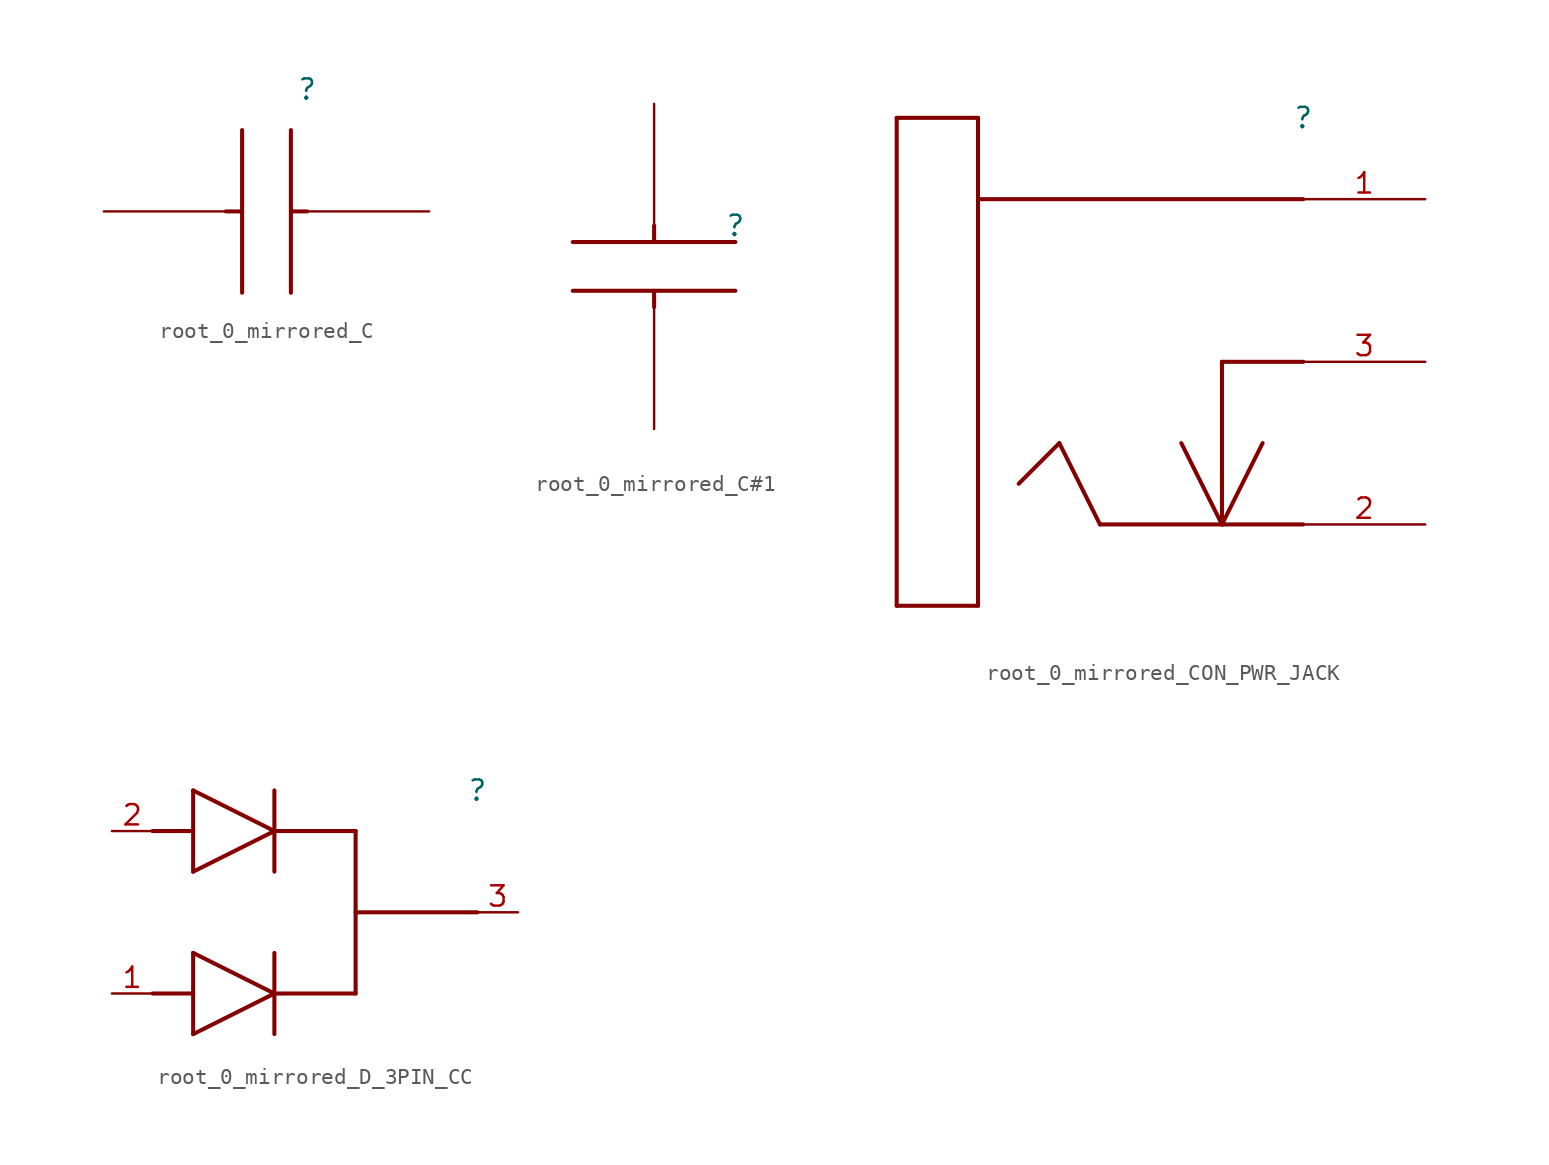
<source format=kicad_sym>
(kicad_symbol_lib
  (version 20220914)
  (generator kicad_symbol_editor)
  (symbol "root_0_mirrored_C"
    (property "Reference" ""
      (at 0 0 0)
      (effects (font (size 1.27 1.27))))
    (property "Value" ""
      (at 0 0 0)
      (effects (font (size 1.27 1.27))))
    (symbol "root_0_mirrored_C_1_0"
      (polyline (pts (xy -4.064 -12.7) (xy -4.064 -2.54)) (stroke (width 0.254) (type solid)) (fill (type none)))
      (polyline (pts (xy -4.064 -7.62) (xy -5.08 -7.62)) (stroke (width 0.254) (type solid)) (fill (type none)))
      (polyline (pts (xy -1.016 -12.7) (xy -1.016 -2.54)) (stroke (width 0.254) (type solid)) (fill (type none)))
      (polyline (pts (xy 0 -7.62) (xy -1.016 -7.62)) (stroke (width 0.254) (type solid)) (fill (type none)))
      (pin bidirectional line (at 7.62 -7.62 180) (length 7.62) (name "1" (effects (font (size 0 0)))) (number "1" (effects (font (size 0 0)))))
      (pin bidirectional line (at -12.7 -7.62 0) (length 7.62) (name "2" (effects (font (size 0 0)))) (number "2" (effects (font (size 0 0)))))))
  (symbol "root_0_mirrored_C#1"
    (property "Reference" ""
      (at 0 0 0)
      (effects (font (size 1.27 1.27))))
    (property "Value" ""
      (at 0 0 0)
      (effects (font (size 1.27 1.27))))
    (symbol "root_0_mirrored_C#1_1_0"
      (polyline (pts (xy -10.16 -4.064) (xy 0 -4.064)) (stroke (width 0.254) (type solid)) (fill (type none)))
      (polyline (pts (xy -10.16 -1.016) (xy 0 -1.016)) (stroke (width 0.254) (type solid)) (fill (type none)))
      (polyline (pts (xy -5.08 -4.064) (xy -5.08 -5.08)) (stroke (width 0.254) (type solid)) (fill (type none)))
      (polyline (pts (xy -5.08 0) (xy -5.08 -1.016)) (stroke (width 0.254) (type solid)) (fill (type none)))
      (pin bidirectional line (at -5.08 7.62 270) (length 7.62) (name "1" (effects (font (size 0 0)))) (number "1" (effects (font (size 0 0)))))
      (pin bidirectional line (at -5.08 -12.7 90) (length 7.62) (name "2" (effects (font (size 0 0)))) (number "2" (effects (font (size 0 0)))))))
  (symbol "root_0_mirrored_CON_PWR_JACK"
    (property "Reference" ""
      (at 0 0 0)
      (effects (font (size 1.27 1.27))))
    (property "Value" ""
      (at 0 0 0)
      (effects (font (size 1.27 1.27))))
    (symbol "root_0_mirrored_CON_PWR_JACK_1_0"
      (polyline (pts (xy -25.4 -30.48) (xy -25.4 0)) (stroke (width 0.254) (type solid)) (fill (type none)))
      (polyline (pts (xy -20.32 -30.48) (xy -25.4 -30.48)) (stroke (width 0.254) (type solid)) (fill (type none)))
      (polyline (pts (xy -20.32 0) (xy -25.4 0)) (stroke (width 0.254) (type solid)) (fill (type none)))
      (polyline (pts (xy -20.32 0) (xy -20.32 -30.48)) (stroke (width 0.254) (type solid)) (fill (type none)))
      (polyline (pts (xy -15.24 -20.32) (xy -17.78 -22.86)) (stroke (width 0.254) (type solid)) (fill (type none)))
      (polyline (pts (xy -12.7 -25.4) (xy -15.24 -20.32)) (stroke (width 0.254) (type solid)) (fill (type none)))
      (polyline (pts (xy -5.08 -25.4) (xy -7.62 -20.32)) (stroke (width 0.254) (type solid)) (fill (type none)))
      (polyline (pts (xy -5.08 -15.24) (xy -5.08 -25.4)) (stroke (width 0.254) (type solid)) (fill (type none)))
      (polyline (pts (xy -2.54 -20.32) (xy -5.08 -25.4)) (stroke (width 0.254) (type solid)) (fill (type none)))
      (polyline (pts (xy 0 -25.4) (xy -12.7 -25.4)) (stroke (width 0.254) (type solid)) (fill (type none)))
      (polyline (pts (xy 0 -15.24) (xy -5.08 -15.24)) (stroke (width 0.254) (type solid)) (fill (type none)))
      (polyline (pts (xy 0 -5.08) (xy -20.32 -5.08)) (stroke (width 0.254) (type solid)) (fill (type none)))
      (pin bidirectional line (at 7.62 -5.08 180) (length 7.62) (name "1" (effects (font (size 0 0)))) (number "1" (effects (font (size 1.27 1.27)))))
      (pin bidirectional line (at 7.62 -25.4 180) (length 7.62) (name "2" (effects (font (size 0 0)))) (number "2" (effects (font (size 1.27 1.27)))))
      (pin bidirectional line (at 7.62 -15.24 180) (length 7.62) (name "3" (effects (font (size 0 0)))) (number "3" (effects (font (size 1.27 1.27)))))))
  (symbol "root_0_mirrored_D_3PIN_CC"
    (property "Reference" ""
      (at 0 0 0)
      (effects (font (size 1.27 1.27))))
    (property "Value" ""
      (at 0 0 0)
      (effects (font (size 1.27 1.27))))
    (symbol "root_0_mirrored_D_3PIN_CC_1_0"
      (polyline (pts (xy -17.78 -15.24) (xy -12.7 -12.7)) (stroke (width 0.254) (type solid)) (fill (type none)))
      (polyline (pts (xy -17.78 -12.7) (xy -20.32 -12.7)) (stroke (width 0.254) (type solid)) (fill (type none)))
      (polyline (pts (xy -17.78 -10.16) (xy -17.78 -15.24)) (stroke (width 0.254) (type solid)) (fill (type none)))
      (polyline (pts (xy -17.78 -5.08) (xy -12.7 -2.54)) (stroke (width 0.254) (type solid)) (fill (type none)))
      (polyline (pts (xy -17.78 -2.54) (xy -20.32 -2.54)) (stroke (width 0.254) (type solid)) (fill (type none)))
      (polyline (pts (xy -17.78 0) (xy -17.78 -5.08)) (stroke (width 0.254) (type solid)) (fill (type none)))
      (polyline (pts (xy -12.7 -15.24) (xy -12.7 -10.16)) (stroke (width 0.254) (type solid)) (fill (type none)))
      (polyline (pts (xy -12.7 -12.7) (xy -17.78 -10.16)) (stroke (width 0.254) (type solid)) (fill (type none)))
      (polyline (pts (xy -12.7 -2.54) (xy -17.78 0)) (stroke (width 0.254) (type solid)) (fill (type none)))
      (polyline (pts (xy -12.7 0) (xy -12.7 -5.08)) (stroke (width 0.254) (type solid)) (fill (type none)))
      (polyline (pts (xy -7.62 -12.7) (xy -12.7 -12.7)) (stroke (width 0.254) (type solid)) (fill (type none)))
      (polyline (pts (xy -7.62 -2.54) (xy -12.7 -2.54)) (stroke (width 0.254) (type solid)) (fill (type none)))
      (polyline (pts (xy -7.62 -2.54) (xy -7.62 -12.7)) (stroke (width 0.254) (type solid)) (fill (type none)))
      (polyline (pts (xy 0 -7.62) (xy -7.62 -7.62)) (stroke (width 0.254) (type solid)) (fill (type none)))
      (pin bidirectional line (at -22.86 -12.7 0) (length 2.54) (name "A1" (effects (font (size 0 0)))) (number "1" (effects (font (size 1.27 1.27)))))
      (pin bidirectional line (at -22.86 -2.54 0) (length 2.54) (name "A2" (effects (font (size 0 0)))) (number "2" (effects (font (size 1.27 1.27)))))
      (pin bidirectional line (at 2.54 -7.62 180) (length 2.54) (name "CC" (effects (font (size 0 0)))) (number "3" (effects (font (size 1.27 1.27))))))))
</source>
